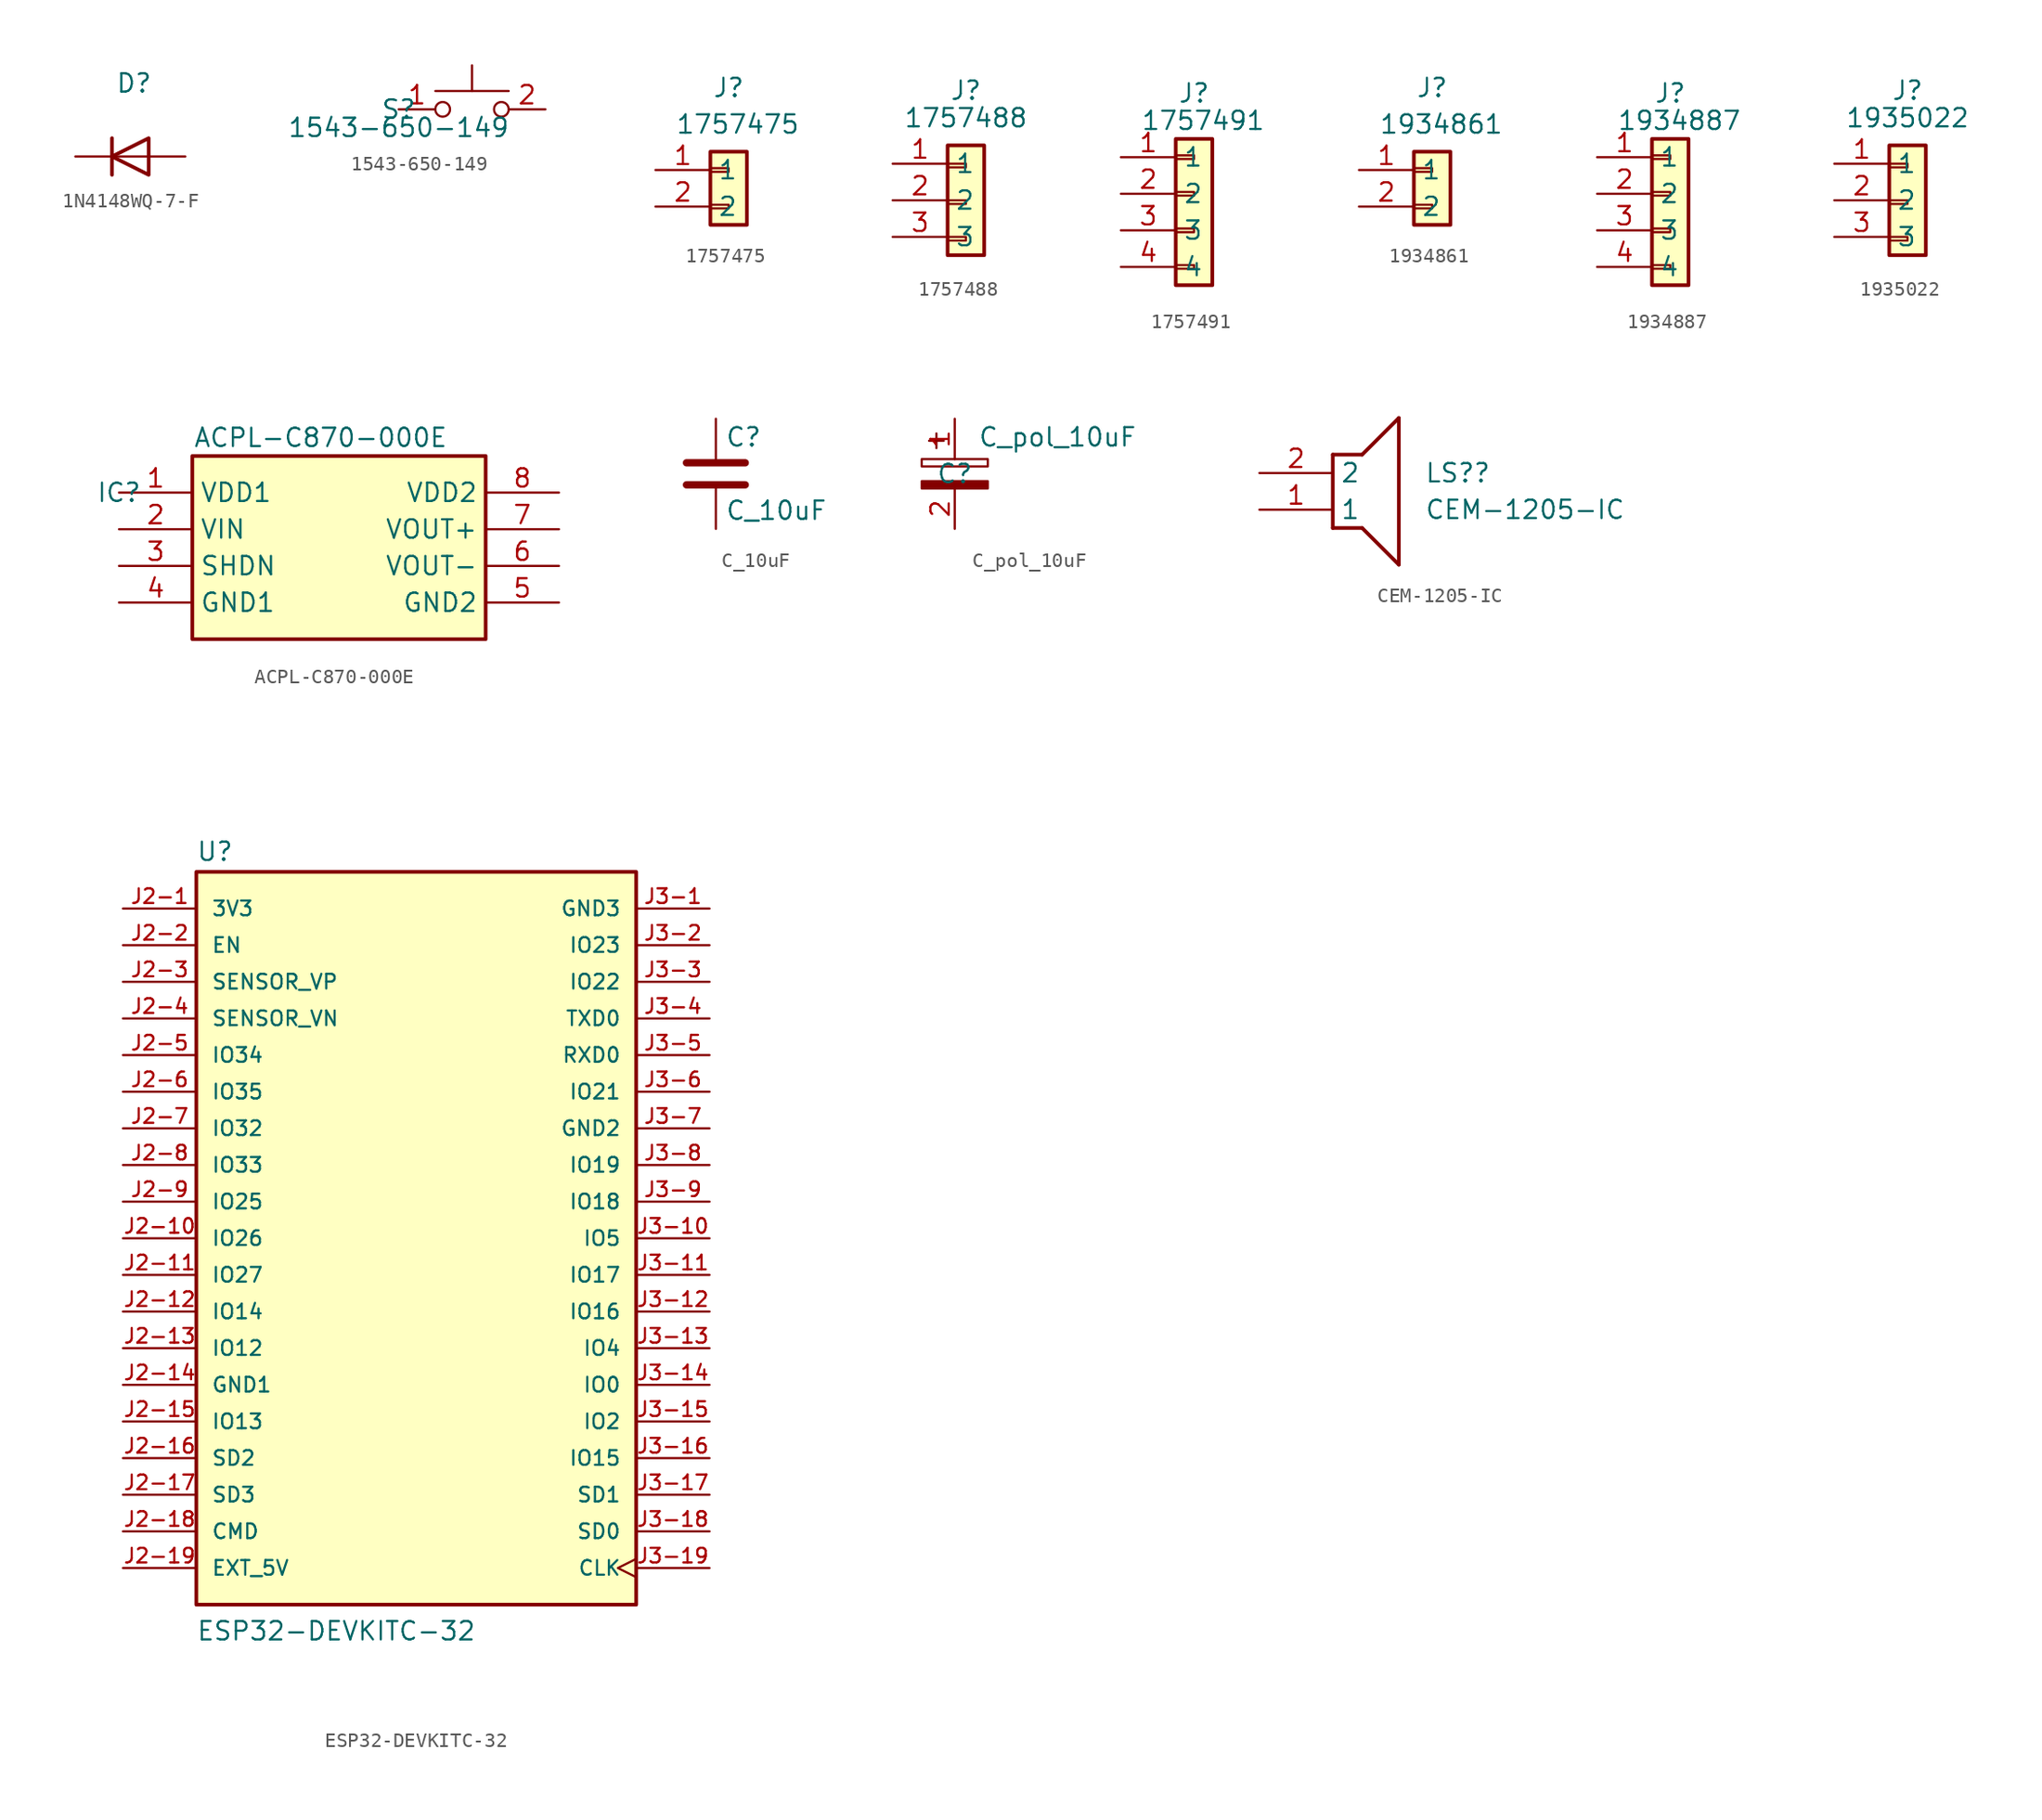
<source format=kicad_sym>
(kicad_symbol_lib
  (version 20211014)
  (generator kicad_symbol_editor)
  (symbol "1N4148WQ-7-F"
    (pin_names hide)
    (property "Reference" "D"
      (at 0.254 5.08 0)
      (effects (font (size 1.27 1.27))))
    (symbol "1N4148WQ-7-F_0_1"
      (polyline (pts (xy -1.27 1.27) (xy -1.27 -1.27)) (stroke (width 0.254) (type default) (color 0 0 0 0)) (fill (type none)))
      (polyline (pts (xy 1.27 0) (xy -1.27 0)) (stroke (width 0) (type default) (color 0 0 0 0)) (fill (type none)))
      (polyline (pts (xy 1.27 1.27) (xy 1.27 -1.27) (xy -1.27 0) (xy 1.27 1.27)) (stroke (width 0.254) (type default) (color 0 0 0 0)) (fill (type none))))
    (symbol "1N4148WQ-7-F_1_1"
      (pin passive line (at -3.81 0 0) (length 2.54) (name "K" (effects (font (size 1.27 1.27)))) (number "1" (effects (font (size 0 0)))))
      (pin passive line (at 3.81 0 180) (length 2.54) (name "A" (effects (font (size 1.27 1.27)))) (number "2" (effects (font (size 0 0)))))))
  (symbol "1543-650-149"
    (property "Reference" "S"
      (at 0 0 0)
      (effects (font (size 1.27 1.27))))
    (property "Value" "1543-650-149"
      (at 0 -1.27 0)
      (effects (font (size 1.27 1.27))))
    (symbol "1543-650-149_0_1"
      (polyline (pts (xy 5.08 1.27) (xy 5.08 3.048)) (stroke (width 0) (type default) (color 0 0 0 0)) (fill (type none)))
      (polyline (pts (xy 7.62 1.27) (xy 2.54 1.27)) (stroke (width 0) (type default) (color 0 0 0 0)) (fill (type none)))
      (circle (center 3.048 0) (radius 0.508) (stroke (width 0) (type default) (color 0 0 0 0)) (fill (type none)))
      (circle (center 7.112 0) (radius 0.508) (stroke (width 0) (type default) (color 0 0 0 0)) (fill (type none)))
      (pin passive line (at 0 0 0) (length 2.54) (name "" (effects (font (size 1.27 1.27)))) (number "1" (effects (font (size 1.27 1.27)))))
      (pin passive line (at 10.16 0 180) (length 2.54) (name "" (effects (font (size 1.27 1.27)))) (number "2" (effects (font (size 1.27 1.27)))))))
  (symbol "1757475"
    (property "Reference" "J"
      (at 0 5.715 0)
      (effects (font (size 1.27 1.27))))
    (property "Value" "1757475"
      (at 0.635 3.175 0)
      (effects (font (size 1.27 1.27))))
    (symbol "1757475_1_1"
      (rectangle (start -1.27 -2.413) (end 0 -2.667) (stroke (width 0.152) (type default) (color 0 0 0 0)) (fill (type none)))
      (rectangle (start -1.27 0.127) (end 0 -0.127) (stroke (width 0.152) (type default) (color 0 0 0 0)) (fill (type none)))
      (rectangle (start -1.27 1.27) (end 1.27 -3.81) (stroke (width 0.254) (type default) (color 0 0 0 0)) (fill (type background)))
      (pin passive line (at -5.08 0 0) (length 3.81) (name "1" (effects (font (size 1.27 1.27)))) (number "1" (effects (font (size 1.27 1.27)))))
      (pin passive line (at -5.08 -2.54 0) (length 3.81) (name "2" (effects (font (size 1.27 1.27)))) (number "2" (effects (font (size 1.27 1.27)))))))
  (symbol "1757488"
    (property "Reference" "J"
      (at 0 7.62 0)
      (effects (font (size 1.27 1.27))))
    (property "Value" "1757488"
      (at 0 5.715 0)
      (effects (font (size 1.27 1.27))))
    (symbol "1757488_1_1"
      (rectangle (start -1.27 -2.54) (end 0 -2.794) (stroke (width 0.152) (type default) (color 0 0 0 0)) (fill (type none)))
      (rectangle (start -1.27 0) (end 0 -0.254) (stroke (width 0.152) (type default) (color 0 0 0 0)) (fill (type none)))
      (rectangle (start -1.27 2.54) (end 0 2.286) (stroke (width 0.152) (type default) (color 0 0 0 0)) (fill (type none)))
      (rectangle (start -1.27 3.81) (end 1.27 -3.81) (stroke (width 0.254) (type default) (color 0 0 0 0)) (fill (type background)))
      (pin passive line (at -5.08 2.54 0) (length 3.81) (name "1" (effects (font (size 1.27 1.27)))) (number "1" (effects (font (size 1.27 1.27)))))
      (pin passive line (at -5.08 0 0) (length 3.81) (name "2" (effects (font (size 1.27 1.27)))) (number "2" (effects (font (size 1.27 1.27)))))
      (pin passive line (at -5.08 -2.54 0) (length 3.81) (name "3" (effects (font (size 1.27 1.27)))) (number "3" (effects (font (size 1.27 1.27)))))))
  (symbol "1757491"
    (property "Reference" "J"
      (at 0 6.985 0)
      (effects (font (size 1.27 1.27))))
    (property "Value" "1757491"
      (at 0.635 5.08 0)
      (effects (font (size 1.27 1.27))))
    (symbol "1757491_1_1"
      (rectangle (start -1.27 -4.953) (end 0 -5.207) (stroke (width 0.152) (type default) (color 0 0 0 0)) (fill (type none)))
      (rectangle (start -1.27 -2.413) (end 0 -2.667) (stroke (width 0.152) (type default) (color 0 0 0 0)) (fill (type none)))
      (rectangle (start -1.27 0.127) (end 0 -0.127) (stroke (width 0.152) (type default) (color 0 0 0 0)) (fill (type none)))
      (rectangle (start -1.27 2.667) (end 0 2.413) (stroke (width 0.152) (type default) (color 0 0 0 0)) (fill (type none)))
      (rectangle (start -1.27 3.81) (end 1.27 -6.35) (stroke (width 0.254) (type default) (color 0 0 0 0)) (fill (type background)))
      (pin passive line (at -5.08 2.54 0) (length 3.81) (name "1" (effects (font (size 1.27 1.27)))) (number "1" (effects (font (size 1.27 1.27)))))
      (pin passive line (at -5.08 0 0) (length 3.81) (name "2" (effects (font (size 1.27 1.27)))) (number "2" (effects (font (size 1.27 1.27)))))
      (pin passive line (at -5.08 -2.54 0) (length 3.81) (name "3" (effects (font (size 1.27 1.27)))) (number "3" (effects (font (size 1.27 1.27)))))
      (pin passive line (at -5.08 -5.08 0) (length 3.81) (name "4" (effects (font (size 1.27 1.27)))) (number "4" (effects (font (size 1.27 1.27)))))))
  (symbol "1934861"
    (property "Reference" "J"
      (at 0 5.715 0)
      (effects (font (size 1.27 1.27))))
    (property "Value" "1934861"
      (at 0.635 3.175 0)
      (effects (font (size 1.27 1.27))))
    (symbol "1934861_1_1"
      (rectangle (start -1.27 -2.413) (end 0 -2.667) (stroke (width 0.152) (type default) (color 0 0 0 0)) (fill (type none)))
      (rectangle (start -1.27 0.127) (end 0 -0.127) (stroke (width 0.152) (type default) (color 0 0 0 0)) (fill (type none)))
      (rectangle (start -1.27 1.27) (end 1.27 -3.81) (stroke (width 0.254) (type default) (color 0 0 0 0)) (fill (type background)))
      (pin passive line (at -5.08 0 0) (length 3.81) (name "1" (effects (font (size 1.27 1.27)))) (number "1" (effects (font (size 1.27 1.27)))))
      (pin passive line (at -5.08 -2.54 0) (length 3.81) (name "2" (effects (font (size 1.27 1.27)))) (number "2" (effects (font (size 1.27 1.27)))))))
  (symbol "1934887"
    (property "Reference" "J"
      (at 0 6.985 0)
      (effects (font (size 1.27 1.27))))
    (property "Value" "1934887"
      (at 0.635 5.08 0)
      (effects (font (size 1.27 1.27))))
    (symbol "1934887_1_1"
      (rectangle (start -1.27 -4.953) (end 0 -5.207) (stroke (width 0.152) (type default) (color 0 0 0 0)) (fill (type none)))
      (rectangle (start -1.27 -2.413) (end 0 -2.667) (stroke (width 0.152) (type default) (color 0 0 0 0)) (fill (type none)))
      (rectangle (start -1.27 0.127) (end 0 -0.127) (stroke (width 0.152) (type default) (color 0 0 0 0)) (fill (type none)))
      (rectangle (start -1.27 2.667) (end 0 2.413) (stroke (width 0.152) (type default) (color 0 0 0 0)) (fill (type none)))
      (rectangle (start -1.27 3.81) (end 1.27 -6.35) (stroke (width 0.254) (type default) (color 0 0 0 0)) (fill (type background)))
      (pin passive line (at -5.08 2.54 0) (length 3.81) (name "1" (effects (font (size 1.27 1.27)))) (number "1" (effects (font (size 1.27 1.27)))))
      (pin passive line (at -5.08 0 0) (length 3.81) (name "2" (effects (font (size 1.27 1.27)))) (number "2" (effects (font (size 1.27 1.27)))))
      (pin passive line (at -5.08 -2.54 0) (length 3.81) (name "3" (effects (font (size 1.27 1.27)))) (number "3" (effects (font (size 1.27 1.27)))))
      (pin passive line (at -5.08 -5.08 0) (length 3.81) (name "4" (effects (font (size 1.27 1.27)))) (number "4" (effects (font (size 1.27 1.27)))))))
  (symbol "1935022"
    (property "Reference" "J"
      (at 0 7.62 0)
      (effects (font (size 1.27 1.27))))
    (property "Value" "1935022"
      (at 0 5.715 0)
      (effects (font (size 1.27 1.27))))
    (symbol "1935022_1_1"
      (rectangle (start -1.27 -2.54) (end 0 -2.794) (stroke (width 0.152) (type default) (color 0 0 0 0)) (fill (type none)))
      (rectangle (start -1.27 0) (end 0 -0.254) (stroke (width 0.152) (type default) (color 0 0 0 0)) (fill (type none)))
      (rectangle (start -1.27 2.54) (end 0 2.286) (stroke (width 0.152) (type default) (color 0 0 0 0)) (fill (type none)))
      (rectangle (start -1.27 3.81) (end 1.27 -3.81) (stroke (width 0.254) (type default) (color 0 0 0 0)) (fill (type background)))
      (pin passive line (at -5.08 2.54 0) (length 3.81) (name "1" (effects (font (size 1.27 1.27)))) (number "1" (effects (font (size 1.27 1.27)))))
      (pin passive line (at -5.08 0 0) (length 3.81) (name "2" (effects (font (size 1.27 1.27)))) (number "2" (effects (font (size 1.27 1.27)))))
      (pin passive line (at -5.08 -2.54 0) (length 3.81) (name "3" (effects (font (size 1.27 1.27)))) (number "3" (effects (font (size 1.27 1.27)))))))
  (symbol "ACPL-C870-000E"
    (property "Reference" "IC"
      (at 0 0 0)
      (effects (font (size 1.27 1.27))))
    (property "Value" "ACPL-C870-000E"
      (at 13.97 3.81 0)
      (effects (font (size 1.27 1.27))))
    (symbol "ACPL-C870-000E_1_1"
      (rectangle (start 5.08 2.54) (end 25.4 -10.16) (stroke (width 0.254) (type default) (color 0 0 0 0)) (fill (type background)))
      (pin passive line (at 0 0 0) (length 5.08) (name "VDD1" (effects (font (size 1.27 1.27)))) (number "1" (effects (font (size 1.27 1.27)))))
      (pin passive line (at 0 -2.54 0) (length 5.08) (name "VIN" (effects (font (size 1.27 1.27)))) (number "2" (effects (font (size 1.27 1.27)))))
      (pin passive line (at 0 -5.08 0) (length 5.08) (name "SHDN" (effects (font (size 1.27 1.27)))) (number "3" (effects (font (size 1.27 1.27)))))
      (pin passive line (at 0 -7.62 0) (length 5.08) (name "GND1" (effects (font (size 1.27 1.27)))) (number "4" (effects (font (size 1.27 1.27)))))
      (pin passive line (at 30.48 -7.62 180) (length 5.08) (name "GND2" (effects (font (size 1.27 1.27)))) (number "5" (effects (font (size 1.27 1.27)))))
      (pin passive line (at 30.48 -5.08 180) (length 5.08) (name "VOUT-" (effects (font (size 1.27 1.27)))) (number "6" (effects (font (size 1.27 1.27)))))
      (pin passive line (at 30.48 -2.54 180) (length 5.08) (name "VOUT+" (effects (font (size 1.27 1.27)))) (number "7" (effects (font (size 1.27 1.27)))))
      (pin passive line (at 30.48 0 180) (length 5.08) (name "VDD2" (effects (font (size 1.27 1.27)))) (number "8" (effects (font (size 1.27 1.27)))))))
  (symbol "C_10uF"
    (pin_numbers hide)
    (pin_names
      (offset 0.254))
    (property "Reference" "C"
      (at 0.635 2.54 0)
      (effects (font (size 1.27 1.27)) (justify left)))
    (property "Value" "C_10uF"
      (at 0.635 -2.54 0)
      (effects (font (size 1.27 1.27)) (justify left)))
    (symbol "C_10uF_0_1"
      (polyline (pts (xy -2.032 -0.762) (xy 2.032 -0.762)) (stroke (width 0.508) (type default) (color 0 0 0 0)) (fill (type none)))
      (polyline (pts (xy -2.032 0.762) (xy 2.032 0.762)) (stroke (width 0.508) (type default) (color 0 0 0 0)) (fill (type none))))
    (symbol "C_10uF_1_1"
      (pin passive line (at 0 3.81 270) (length 2.794) (name "~" (effects (font (size 1.27 1.27)))) (number "1" (effects (font (size 1.27 1.27)))))
      (pin passive line (at 0 -3.81 90) (length 2.794) (name "~" (effects (font (size 1.27 1.27)))) (number "2" (effects (font (size 1.27 1.27)))))))
  (symbol "C_pol_10uF"
    (pin_names hide)
    (property "Reference" "C"
      (at 0 0 0)
      (effects (font (size 1.27 1.27))))
    (property "Value" "C_pol_10uF"
      (at 7.112 2.54 0)
      (effects (font (size 1.27 1.27))))
    (symbol "C_pol_10uF_0_1"
      (rectangle (start -2.286 0.508) (end 2.286 1.016) (stroke (width 0) (type default) (color 0 0 0 0)) (fill (type none)))
      (polyline (pts (xy -1.778 2.286) (xy -0.762 2.286)) (stroke (width 0) (type default) (color 0 0 0 0)) (fill (type none)))
      (polyline (pts (xy -1.27 2.794) (xy -1.27 1.778)) (stroke (width 0) (type default) (color 0 0 0 0)) (fill (type none)))
      (rectangle (start 2.286 -0.508) (end -2.286 -1.016) (stroke (width 0) (type default) (color 0 0 0 0)) (fill (type outline))))
    (symbol "C_pol_10uF_1_1"
      (pin passive line (at 0 3.81 270) (length 2.794) (name "~" (effects (font (size 1.27 1.27)))) (number "1" (effects (font (size 1.27 1.27)))))
      (pin passive line (at 0 -3.81 90) (length 2.794) (name "~" (effects (font (size 1.27 1.27)))) (number "2" (effects (font (size 1.27 1.27)))))))
  (symbol "CEM-1205-IC"
    (property "Reference" "LS?"
      (at 11.43 0.0001 0)
      (effects (font (size 1.27 1.27)) (justify left)))
    (property "Value" "CEM-1205-IC"
      (at 11.43 -2.54 0)
      (effects (font (size 1.27 1.27)) (justify left)))
    (symbol "CEM-1205-IC_1_1"
      (polyline (pts (xy 5.08 1.27) (xy 5.08 -3.81)) (stroke (width 0.254) (type default) (color 0 0 0 0)) (fill (type none)))
      (polyline (pts (xy 5.08 1.27) (xy 7.112 1.27)) (stroke (width 0.254) (type default) (color 0 0 0 0)) (fill (type none)))
      (polyline (pts (xy 7.112 -3.81) (xy 5.08 -3.81)) (stroke (width 0.254) (type default) (color 0 0 0 0)) (fill (type none)))
      (polyline (pts (xy 7.112 -3.81) (xy 9.652 -6.35)) (stroke (width 0.254) (type default) (color 0 0 0 0)) (fill (type none)))
      (polyline (pts (xy 9.652 3.81) (xy 7.112 1.27)) (stroke (width 0.254) (type default) (color 0 0 0 0)) (fill (type none)))
      (polyline (pts (xy 9.652 3.81) (xy 9.652 -6.35)) (stroke (width 0.254) (type default) (color 0 0 0 0)) (fill (type none)))
      (pin passive line (at 0 -2.54 0) (length 5.08) (name "1" (effects (font (size 1.27 1.27)))) (number "1" (effects (font (size 1.27 1.27)))))
      (pin passive line (at 0 0 0) (length 5.08) (name "2" (effects (font (size 1.27 1.27)))) (number "2" (effects (font (size 1.27 1.27)))))))
  (symbol "ESP32-DEVKITC-32"
    (pin_names
      (offset 1.016))
    (property "Reference" "U"
      (at -15.257 26.064 0)
      (effects (font (size 1.27 1.27)) (justify left bottom)))
    (property "Value" "ESP32-DEVKITC-32"
      (at -15.256 -27.97 0)
      (effects (font (size 1.27 1.27)) (justify left bottom)))
    (symbol "ESP32-DEVKITC-32_0_0"
      (rectangle (start -15.24 -25.4) (end 15.24 25.4) (stroke (width 0.254) (type default) (color 0 0 0 0)) (fill (type background)))
      (pin power_in line (at -20.32 22.86 0) (length 5.08) (name "3V3" (effects (font (size 1.016 1.016)))) (number "J2-1" (effects (font (size 1.016 1.016)))))
      (pin bidirectional line (at -20.32 0 0) (length 5.08) (name "IO26" (effects (font (size 1.016 1.016)))) (number "J2-10" (effects (font (size 1.016 1.016)))))
      (pin bidirectional line (at -20.32 -2.54 0) (length 5.08) (name "IO27" (effects (font (size 1.016 1.016)))) (number "J2-11" (effects (font (size 1.016 1.016)))))
      (pin bidirectional line (at -20.32 -5.08 0) (length 5.08) (name "IO14" (effects (font (size 1.016 1.016)))) (number "J2-12" (effects (font (size 1.016 1.016)))))
      (pin bidirectional line (at -20.32 -7.62 0) (length 5.08) (name "IO12" (effects (font (size 1.016 1.016)))) (number "J2-13" (effects (font (size 1.016 1.016)))))
      (pin power_in line (at -20.32 -10.16 0) (length 5.08) (name "GND1" (effects (font (size 1.016 1.016)))) (number "J2-14" (effects (font (size 1.016 1.016)))))
      (pin bidirectional line (at -20.32 -12.7 0) (length 5.08) (name "IO13" (effects (font (size 1.016 1.016)))) (number "J2-15" (effects (font (size 1.016 1.016)))))
      (pin bidirectional line (at -20.32 -15.24 0) (length 5.08) (name "SD2" (effects (font (size 1.016 1.016)))) (number "J2-16" (effects (font (size 1.016 1.016)))))
      (pin bidirectional line (at -20.32 -17.78 0) (length 5.08) (name "SD3" (effects (font (size 1.016 1.016)))) (number "J2-17" (effects (font (size 1.016 1.016)))))
      (pin bidirectional line (at -20.32 -20.32 0) (length 5.08) (name "CMD" (effects (font (size 1.016 1.016)))) (number "J2-18" (effects (font (size 1.016 1.016)))))
      (pin power_in line (at -20.32 -22.86 0) (length 5.08) (name "EXT_5V" (effects (font (size 1.016 1.016)))) (number "J2-19" (effects (font (size 1.016 1.016)))))
      (pin input line (at -20.32 20.32 0) (length 5.08) (name "EN" (effects (font (size 1.016 1.016)))) (number "J2-2" (effects (font (size 1.016 1.016)))))
      (pin input line (at -20.32 17.78 0) (length 5.08) (name "SENSOR_VP" (effects (font (size 1.016 1.016)))) (number "J2-3" (effects (font (size 1.016 1.016)))))
      (pin input line (at -20.32 15.24 0) (length 5.08) (name "SENSOR_VN" (effects (font (size 1.016 1.016)))) (number "J2-4" (effects (font (size 1.016 1.016)))))
      (pin bidirectional line (at -20.32 12.7 0) (length 5.08) (name "IO34" (effects (font (size 1.016 1.016)))) (number "J2-5" (effects (font (size 1.016 1.016)))))
      (pin bidirectional line (at -20.32 10.16 0) (length 5.08) (name "IO35" (effects (font (size 1.016 1.016)))) (number "J2-6" (effects (font (size 1.016 1.016)))))
      (pin bidirectional line (at -20.32 7.62 0) (length 5.08) (name "IO32" (effects (font (size 1.016 1.016)))) (number "J2-7" (effects (font (size 1.016 1.016)))))
      (pin bidirectional line (at -20.32 5.08 0) (length 5.08) (name "IO33" (effects (font (size 1.016 1.016)))) (number "J2-8" (effects (font (size 1.016 1.016)))))
      (pin bidirectional line (at -20.32 2.54 0) (length 5.08) (name "IO25" (effects (font (size 1.016 1.016)))) (number "J2-9" (effects (font (size 1.016 1.016)))))
      (pin power_in line (at 20.32 22.86 180) (length 5.08) (name "GND3" (effects (font (size 1.016 1.016)))) (number "J3-1" (effects (font (size 1.016 1.016)))))
      (pin bidirectional line (at 20.32 0 180) (length 5.08) (name "IO5" (effects (font (size 1.016 1.016)))) (number "J3-10" (effects (font (size 1.016 1.016)))))
      (pin bidirectional line (at 20.32 -2.54 180) (length 5.08) (name "IO17" (effects (font (size 1.016 1.016)))) (number "J3-11" (effects (font (size 1.016 1.016)))))
      (pin bidirectional line (at 20.32 -5.08 180) (length 5.08) (name "IO16" (effects (font (size 1.016 1.016)))) (number "J3-12" (effects (font (size 1.016 1.016)))))
      (pin bidirectional line (at 20.32 -7.62 180) (length 5.08) (name "IO4" (effects (font (size 1.016 1.016)))) (number "J3-13" (effects (font (size 1.016 1.016)))))
      (pin bidirectional line (at 20.32 -10.16 180) (length 5.08) (name "IO0" (effects (font (size 1.016 1.016)))) (number "J3-14" (effects (font (size 1.016 1.016)))))
      (pin bidirectional line (at 20.32 -12.7 180) (length 5.08) (name "IO2" (effects (font (size 1.016 1.016)))) (number "J3-15" (effects (font (size 1.016 1.016)))))
      (pin bidirectional line (at 20.32 -15.24 180) (length 5.08) (name "IO15" (effects (font (size 1.016 1.016)))) (number "J3-16" (effects (font (size 1.016 1.016)))))
      (pin bidirectional line (at 20.32 -17.78 180) (length 5.08) (name "SD1" (effects (font (size 1.016 1.016)))) (number "J3-17" (effects (font (size 1.016 1.016)))))
      (pin bidirectional line (at 20.32 -20.32 180) (length 5.08) (name "SD0" (effects (font (size 1.016 1.016)))) (number "J3-18" (effects (font (size 1.016 1.016)))))
      (pin input clock (at 20.32 -22.86 180) (length 5.08) (name "CLK" (effects (font (size 1.016 1.016)))) (number "J3-19" (effects (font (size 1.016 1.016)))))
      (pin bidirectional line (at 20.32 20.32 180) (length 5.08) (name "IO23" (effects (font (size 1.016 1.016)))) (number "J3-2" (effects (font (size 1.016 1.016)))))
      (pin bidirectional line (at 20.32 17.78 180) (length 5.08) (name "IO22" (effects (font (size 1.016 1.016)))) (number "J3-3" (effects (font (size 1.016 1.016)))))
      (pin output line (at 20.32 15.24 180) (length 5.08) (name "TXD0" (effects (font (size 1.016 1.016)))) (number "J3-4" (effects (font (size 1.016 1.016)))))
      (pin input line (at 20.32 12.7 180) (length 5.08) (name "RXD0" (effects (font (size 1.016 1.016)))) (number "J3-5" (effects (font (size 1.016 1.016)))))
      (pin bidirectional line (at 20.32 10.16 180) (length 5.08) (name "IO21" (effects (font (size 1.016 1.016)))) (number "J3-6" (effects (font (size 1.016 1.016)))))
      (pin power_in line (at 20.32 7.62 180) (length 5.08) (name "GND2" (effects (font (size 1.016 1.016)))) (number "J3-7" (effects (font (size 1.016 1.016)))))
      (pin bidirectional line (at 20.32 5.08 180) (length 5.08) (name "IO19" (effects (font (size 1.016 1.016)))) (number "J3-8" (effects (font (size 1.016 1.016)))))
      (pin bidirectional line (at 20.32 2.54 180) (length 5.08) (name "IO18" (effects (font (size 1.016 1.016)))) (number "J3-9" (effects (font (size 1.016 1.016))))))))
</source>
